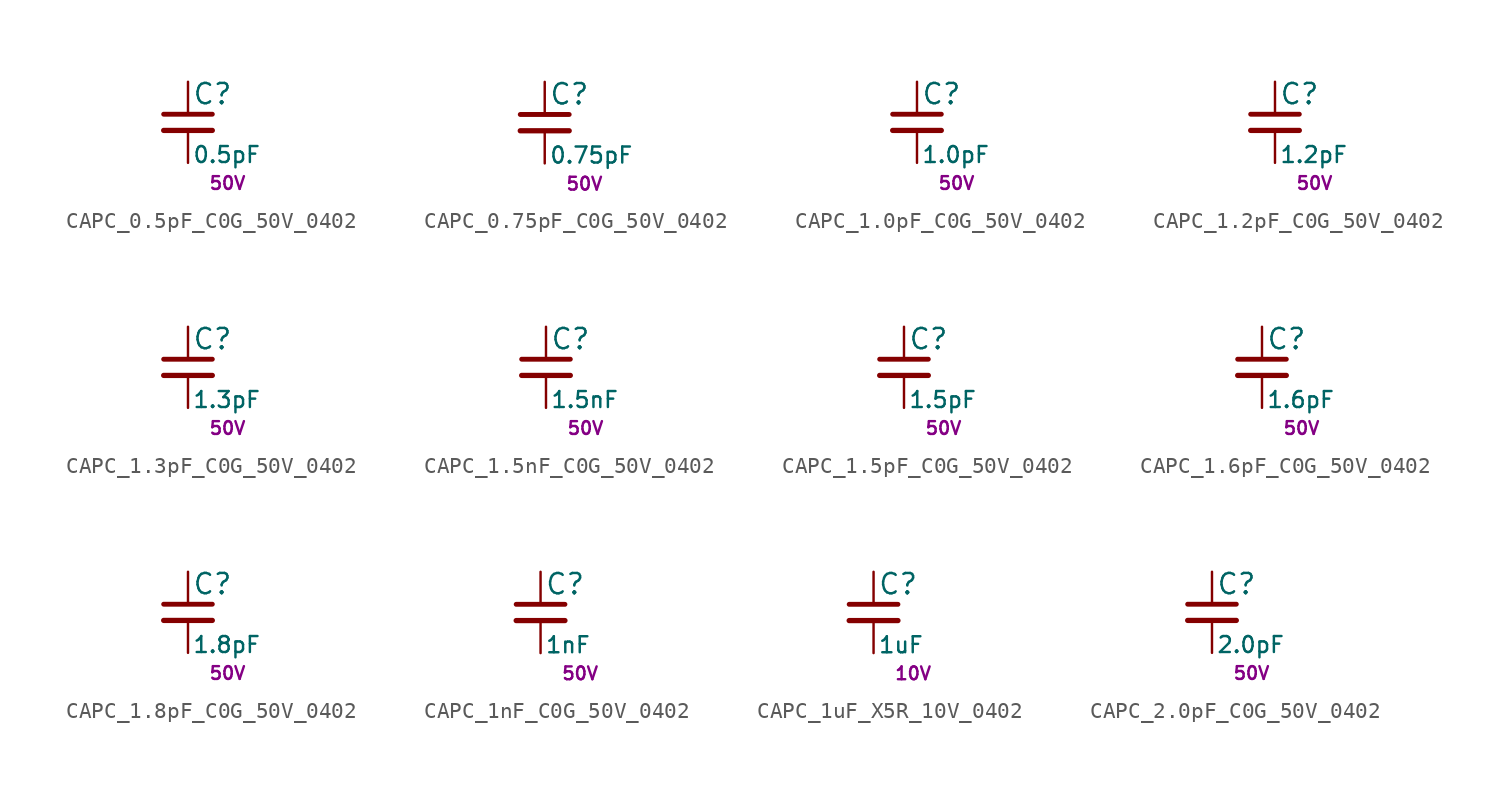
<source format=kicad_sym>
(kicad_symbol_lib
  (version 20211014)
  (generator kicad_LibGenerator)
  (symbol "CAPC_0.5pF_C0G_50V_0402"
    (pin_numbers hide)
    (pin_names
      (offset 0.254) hide)
    (property "Reference" "C"
      (at 0.254 1.778 0)
      (effects (font (size 1.27 1.27)) (justify left)))
    (property "Value" "0.5pF"
      (at 0.254 -2.032 0)
      (effects (font (size 1 1)) (justify left)))
    (property "Voltage" "50V"
      (at 1.27 -3.81 0)
      (effects (font (size 0.8 0.8)) (justify left)))
    (symbol "CAPC_0.5pF_C0G_50V_0402_0_1"
      (polyline (pts (xy -1.524 -0.508) (xy 1.524 -0.508)) (stroke (width 0.33) (type default) (color 0 0 0 0)) (fill (type none)))
      (polyline (pts (xy -1.524 0.508) (xy 1.524 0.508)) (stroke (width 0.305) (type default) (color 0 0 0 0)) (fill (type none))))
    (symbol "CAPC_0.5pF_C0G_50V_0402_1_1"
      (pin passive line (at 0 2.54 270) (length 2.032) (name "~" (effects (font (size 1.27 1.27)))) (number "1" (effects (font (size 1.27 1.27)))))
      (pin passive line (at 0 -2.54 90) (length 2.032) (name "~" (effects (font (size 1.27 1.27)))) (number "2" (effects (font (size 1.27 1.27)))))))
  (symbol "CAPC_0.75pF_C0G_50V_0402"
    (pin_numbers hide)
    (pin_names
      (offset 0.254) hide)
    (property "Reference" "C"
      (at 0.254 1.778 0)
      (effects (font (size 1.27 1.27)) (justify left)))
    (property "Value" "0.75pF"
      (at 0.254 -2.032 0)
      (effects (font (size 1 1)) (justify left)))
    (property "Voltage" "50V"
      (at 1.27 -3.81 0)
      (effects (font (size 0.8 0.8)) (justify left)))
    (symbol "CAPC_0.75pF_C0G_50V_0402_0_1"
      (polyline (pts (xy -1.524 -0.508) (xy 1.524 -0.508)) (stroke (width 0.33) (type default) (color 0 0 0 0)) (fill (type none)))
      (polyline (pts (xy -1.524 0.508) (xy 1.524 0.508)) (stroke (width 0.305) (type default) (color 0 0 0 0)) (fill (type none))))
    (symbol "CAPC_0.75pF_C0G_50V_0402_1_1"
      (pin passive line (at 0 2.54 270) (length 2.032) (name "~" (effects (font (size 1.27 1.27)))) (number "1" (effects (font (size 1.27 1.27)))))
      (pin passive line (at 0 -2.54 90) (length 2.032) (name "~" (effects (font (size 1.27 1.27)))) (number "2" (effects (font (size 1.27 1.27)))))))
  (symbol "CAPC_1.0pF_C0G_50V_0402"
    (pin_numbers hide)
    (pin_names
      (offset 0.254) hide)
    (property "Reference" "C"
      (at 0.254 1.778 0)
      (effects (font (size 1.27 1.27)) (justify left)))
    (property "Value" "1.0pF"
      (at 0.254 -2.032 0)
      (effects (font (size 1 1)) (justify left)))
    (property "Voltage" "50V"
      (at 1.27 -3.81 0)
      (effects (font (size 0.8 0.8)) (justify left)))
    (symbol "CAPC_1.0pF_C0G_50V_0402_0_1"
      (polyline (pts (xy -1.524 -0.508) (xy 1.524 -0.508)) (stroke (width 0.33) (type default) (color 0 0 0 0)) (fill (type none)))
      (polyline (pts (xy -1.524 0.508) (xy 1.524 0.508)) (stroke (width 0.305) (type default) (color 0 0 0 0)) (fill (type none))))
    (symbol "CAPC_1.0pF_C0G_50V_0402_1_1"
      (pin passive line (at 0 2.54 270) (length 2.032) (name "~" (effects (font (size 1.27 1.27)))) (number "1" (effects (font (size 1.27 1.27)))))
      (pin passive line (at 0 -2.54 90) (length 2.032) (name "~" (effects (font (size 1.27 1.27)))) (number "2" (effects (font (size 1.27 1.27)))))))
  (symbol "CAPC_1.2pF_C0G_50V_0402"
    (pin_numbers hide)
    (pin_names
      (offset 0.254) hide)
    (property "Reference" "C"
      (at 0.254 1.778 0)
      (effects (font (size 1.27 1.27)) (justify left)))
    (property "Value" "1.2pF"
      (at 0.254 -2.032 0)
      (effects (font (size 1 1)) (justify left)))
    (property "Voltage" "50V"
      (at 1.27 -3.81 0)
      (effects (font (size 0.8 0.8)) (justify left)))
    (symbol "CAPC_1.2pF_C0G_50V_0402_0_1"
      (polyline (pts (xy -1.524 -0.508) (xy 1.524 -0.508)) (stroke (width 0.33) (type default) (color 0 0 0 0)) (fill (type none)))
      (polyline (pts (xy -1.524 0.508) (xy 1.524 0.508)) (stroke (width 0.305) (type default) (color 0 0 0 0)) (fill (type none))))
    (symbol "CAPC_1.2pF_C0G_50V_0402_1_1"
      (pin passive line (at 0 2.54 270) (length 2.032) (name "~" (effects (font (size 1.27 1.27)))) (number "1" (effects (font (size 1.27 1.27)))))
      (pin passive line (at 0 -2.54 90) (length 2.032) (name "~" (effects (font (size 1.27 1.27)))) (number "2" (effects (font (size 1.27 1.27)))))))
  (symbol "CAPC_1.3pF_C0G_50V_0402"
    (pin_numbers hide)
    (pin_names
      (offset 0.254) hide)
    (property "Reference" "C"
      (at 0.254 1.778 0)
      (effects (font (size 1.27 1.27)) (justify left)))
    (property "Value" "1.3pF"
      (at 0.254 -2.032 0)
      (effects (font (size 1 1)) (justify left)))
    (property "Voltage" "50V"
      (at 1.27 -3.81 0)
      (effects (font (size 0.8 0.8)) (justify left)))
    (symbol "CAPC_1.3pF_C0G_50V_0402_0_1"
      (polyline (pts (xy -1.524 -0.508) (xy 1.524 -0.508)) (stroke (width 0.33) (type default) (color 0 0 0 0)) (fill (type none)))
      (polyline (pts (xy -1.524 0.508) (xy 1.524 0.508)) (stroke (width 0.305) (type default) (color 0 0 0 0)) (fill (type none))))
    (symbol "CAPC_1.3pF_C0G_50V_0402_1_1"
      (pin passive line (at 0 2.54 270) (length 2.032) (name "~" (effects (font (size 1.27 1.27)))) (number "1" (effects (font (size 1.27 1.27)))))
      (pin passive line (at 0 -2.54 90) (length 2.032) (name "~" (effects (font (size 1.27 1.27)))) (number "2" (effects (font (size 1.27 1.27)))))))
  (symbol "CAPC_1.5nF_C0G_50V_0402"
    (pin_numbers hide)
    (pin_names
      (offset 0.254) hide)
    (property "Reference" "C"
      (at 0.254 1.778 0)
      (effects (font (size 1.27 1.27)) (justify left)))
    (property "Value" "1.5nF"
      (at 0.254 -2.032 0)
      (effects (font (size 1 1)) (justify left)))
    (property "Voltage" "50V"
      (at 1.27 -3.81 0)
      (effects (font (size 0.8 0.8)) (justify left)))
    (symbol "CAPC_1.5nF_C0G_50V_0402_0_1"
      (polyline (pts (xy -1.524 -0.508) (xy 1.524 -0.508)) (stroke (width 0.33) (type default) (color 0 0 0 0)) (fill (type none)))
      (polyline (pts (xy -1.524 0.508) (xy 1.524 0.508)) (stroke (width 0.305) (type default) (color 0 0 0 0)) (fill (type none))))
    (symbol "CAPC_1.5nF_C0G_50V_0402_1_1"
      (pin passive line (at 0 2.54 270) (length 2.032) (name "~" (effects (font (size 1.27 1.27)))) (number "1" (effects (font (size 1.27 1.27)))))
      (pin passive line (at 0 -2.54 90) (length 2.032) (name "~" (effects (font (size 1.27 1.27)))) (number "2" (effects (font (size 1.27 1.27)))))))
  (symbol "CAPC_1.5pF_C0G_50V_0402"
    (pin_numbers hide)
    (pin_names
      (offset 0.254) hide)
    (property "Reference" "C"
      (at 0.254 1.778 0)
      (effects (font (size 1.27 1.27)) (justify left)))
    (property "Value" "1.5pF"
      (at 0.254 -2.032 0)
      (effects (font (size 1 1)) (justify left)))
    (property "Voltage" "50V"
      (at 1.27 -3.81 0)
      (effects (font (size 0.8 0.8)) (justify left)))
    (symbol "CAPC_1.5pF_C0G_50V_0402_0_1"
      (polyline (pts (xy -1.524 -0.508) (xy 1.524 -0.508)) (stroke (width 0.33) (type default) (color 0 0 0 0)) (fill (type none)))
      (polyline (pts (xy -1.524 0.508) (xy 1.524 0.508)) (stroke (width 0.305) (type default) (color 0 0 0 0)) (fill (type none))))
    (symbol "CAPC_1.5pF_C0G_50V_0402_1_1"
      (pin passive line (at 0 2.54 270) (length 2.032) (name "~" (effects (font (size 1.27 1.27)))) (number "1" (effects (font (size 1.27 1.27)))))
      (pin passive line (at 0 -2.54 90) (length 2.032) (name "~" (effects (font (size 1.27 1.27)))) (number "2" (effects (font (size 1.27 1.27)))))))
  (symbol "CAPC_1.6pF_C0G_50V_0402"
    (pin_numbers hide)
    (pin_names
      (offset 0.254) hide)
    (property "Reference" "C"
      (at 0.254 1.778 0)
      (effects (font (size 1.27 1.27)) (justify left)))
    (property "Value" "1.6pF"
      (at 0.254 -2.032 0)
      (effects (font (size 1 1)) (justify left)))
    (property "Voltage" "50V"
      (at 1.27 -3.81 0)
      (effects (font (size 0.8 0.8)) (justify left)))
    (symbol "CAPC_1.6pF_C0G_50V_0402_0_1"
      (polyline (pts (xy -1.524 -0.508) (xy 1.524 -0.508)) (stroke (width 0.33) (type default) (color 0 0 0 0)) (fill (type none)))
      (polyline (pts (xy -1.524 0.508) (xy 1.524 0.508)) (stroke (width 0.305) (type default) (color 0 0 0 0)) (fill (type none))))
    (symbol "CAPC_1.6pF_C0G_50V_0402_1_1"
      (pin passive line (at 0 2.54 270) (length 2.032) (name "~" (effects (font (size 1.27 1.27)))) (number "1" (effects (font (size 1.27 1.27)))))
      (pin passive line (at 0 -2.54 90) (length 2.032) (name "~" (effects (font (size 1.27 1.27)))) (number "2" (effects (font (size 1.27 1.27)))))))
  (symbol "CAPC_1.8pF_C0G_50V_0402"
    (pin_numbers hide)
    (pin_names
      (offset 0.254) hide)
    (property "Reference" "C"
      (at 0.254 1.778 0)
      (effects (font (size 1.27 1.27)) (justify left)))
    (property "Value" "1.8pF"
      (at 0.254 -2.032 0)
      (effects (font (size 1 1)) (justify left)))
    (property "Voltage" "50V"
      (at 1.27 -3.81 0)
      (effects (font (size 0.8 0.8)) (justify left)))
    (symbol "CAPC_1.8pF_C0G_50V_0402_0_1"
      (polyline (pts (xy -1.524 -0.508) (xy 1.524 -0.508)) (stroke (width 0.33) (type default) (color 0 0 0 0)) (fill (type none)))
      (polyline (pts (xy -1.524 0.508) (xy 1.524 0.508)) (stroke (width 0.305) (type default) (color 0 0 0 0)) (fill (type none))))
    (symbol "CAPC_1.8pF_C0G_50V_0402_1_1"
      (pin passive line (at 0 2.54 270) (length 2.032) (name "~" (effects (font (size 1.27 1.27)))) (number "1" (effects (font (size 1.27 1.27)))))
      (pin passive line (at 0 -2.54 90) (length 2.032) (name "~" (effects (font (size 1.27 1.27)))) (number "2" (effects (font (size 1.27 1.27)))))))
  (symbol "CAPC_1nF_C0G_50V_0402"
    (pin_numbers hide)
    (pin_names
      (offset 0.254) hide)
    (property "Reference" "C"
      (at 0.254 1.778 0)
      (effects (font (size 1.27 1.27)) (justify left)))
    (property "Value" "1nF"
      (at 0.254 -2.032 0)
      (effects (font (size 1 1)) (justify left)))
    (property "Voltage" "50V"
      (at 1.27 -3.81 0)
      (effects (font (size 0.8 0.8)) (justify left)))
    (symbol "CAPC_1nF_C0G_50V_0402_0_1"
      (polyline (pts (xy -1.524 -0.508) (xy 1.524 -0.508)) (stroke (width 0.33) (type default) (color 0 0 0 0)) (fill (type none)))
      (polyline (pts (xy -1.524 0.508) (xy 1.524 0.508)) (stroke (width 0.305) (type default) (color 0 0 0 0)) (fill (type none))))
    (symbol "CAPC_1nF_C0G_50V_0402_1_1"
      (pin passive line (at 0 2.54 270) (length 2.032) (name "~" (effects (font (size 1.27 1.27)))) (number "1" (effects (font (size 1.27 1.27)))))
      (pin passive line (at 0 -2.54 90) (length 2.032) (name "~" (effects (font (size 1.27 1.27)))) (number "2" (effects (font (size 1.27 1.27)))))))
  (symbol "CAPC_1uF_X5R_10V_0402"
    (pin_numbers hide)
    (pin_names
      (offset 0.254) hide)
    (property "Reference" "C"
      (at 0.254 1.778 0)
      (effects (font (size 1.27 1.27)) (justify left)))
    (property "Value" "1uF"
      (at 0.254 -2.032 0)
      (effects (font (size 1 1)) (justify left)))
    (property "Voltage" "10V"
      (at 1.27 -3.81 0)
      (effects (font (size 0.8 0.8)) (justify left)))
    (symbol "CAPC_1uF_X5R_10V_0402_0_1"
      (polyline (pts (xy -1.524 -0.508) (xy 1.524 -0.508)) (stroke (width 0.33) (type default) (color 0 0 0 0)) (fill (type none)))
      (polyline (pts (xy -1.524 0.508) (xy 1.524 0.508)) (stroke (width 0.305) (type default) (color 0 0 0 0)) (fill (type none))))
    (symbol "CAPC_1uF_X5R_10V_0402_1_1"
      (pin passive line (at 0 2.54 270) (length 2.032) (name "~" (effects (font (size 1.27 1.27)))) (number "1" (effects (font (size 1.27 1.27)))))
      (pin passive line (at 0 -2.54 90) (length 2.032) (name "~" (effects (font (size 1.27 1.27)))) (number "2" (effects (font (size 1.27 1.27)))))))
  (symbol "CAPC_2.0pF_C0G_50V_0402"
    (pin_numbers hide)
    (pin_names
      (offset 0.254) hide)
    (property "Reference" "C"
      (at 0.254 1.778 0)
      (effects (font (size 1.27 1.27)) (justify left)))
    (property "Value" "2.0pF"
      (at 0.254 -2.032 0)
      (effects (font (size 1 1)) (justify left)))
    (property "Voltage" "50V"
      (at 1.27 -3.81 0)
      (effects (font (size 0.8 0.8)) (justify left)))
    (symbol "CAPC_2.0pF_C0G_50V_0402_0_1"
      (polyline (pts (xy -1.524 -0.508) (xy 1.524 -0.508)) (stroke (width 0.33) (type default) (color 0 0 0 0)) (fill (type none)))
      (polyline (pts (xy -1.524 0.508) (xy 1.524 0.508)) (stroke (width 0.305) (type default) (color 0 0 0 0)) (fill (type none))))
    (symbol "CAPC_2.0pF_C0G_50V_0402_1_1"
      (pin passive line (at 0 2.54 270) (length 2.032) (name "~" (effects (font (size 1.27 1.27)))) (number "1" (effects (font (size 1.27 1.27)))))
      (pin passive line (at 0 -2.54 90) (length 2.032) (name "~" (effects (font (size 1.27 1.27)))) (number "2" (effects (font (size 1.27 1.27))))))))
</source>
